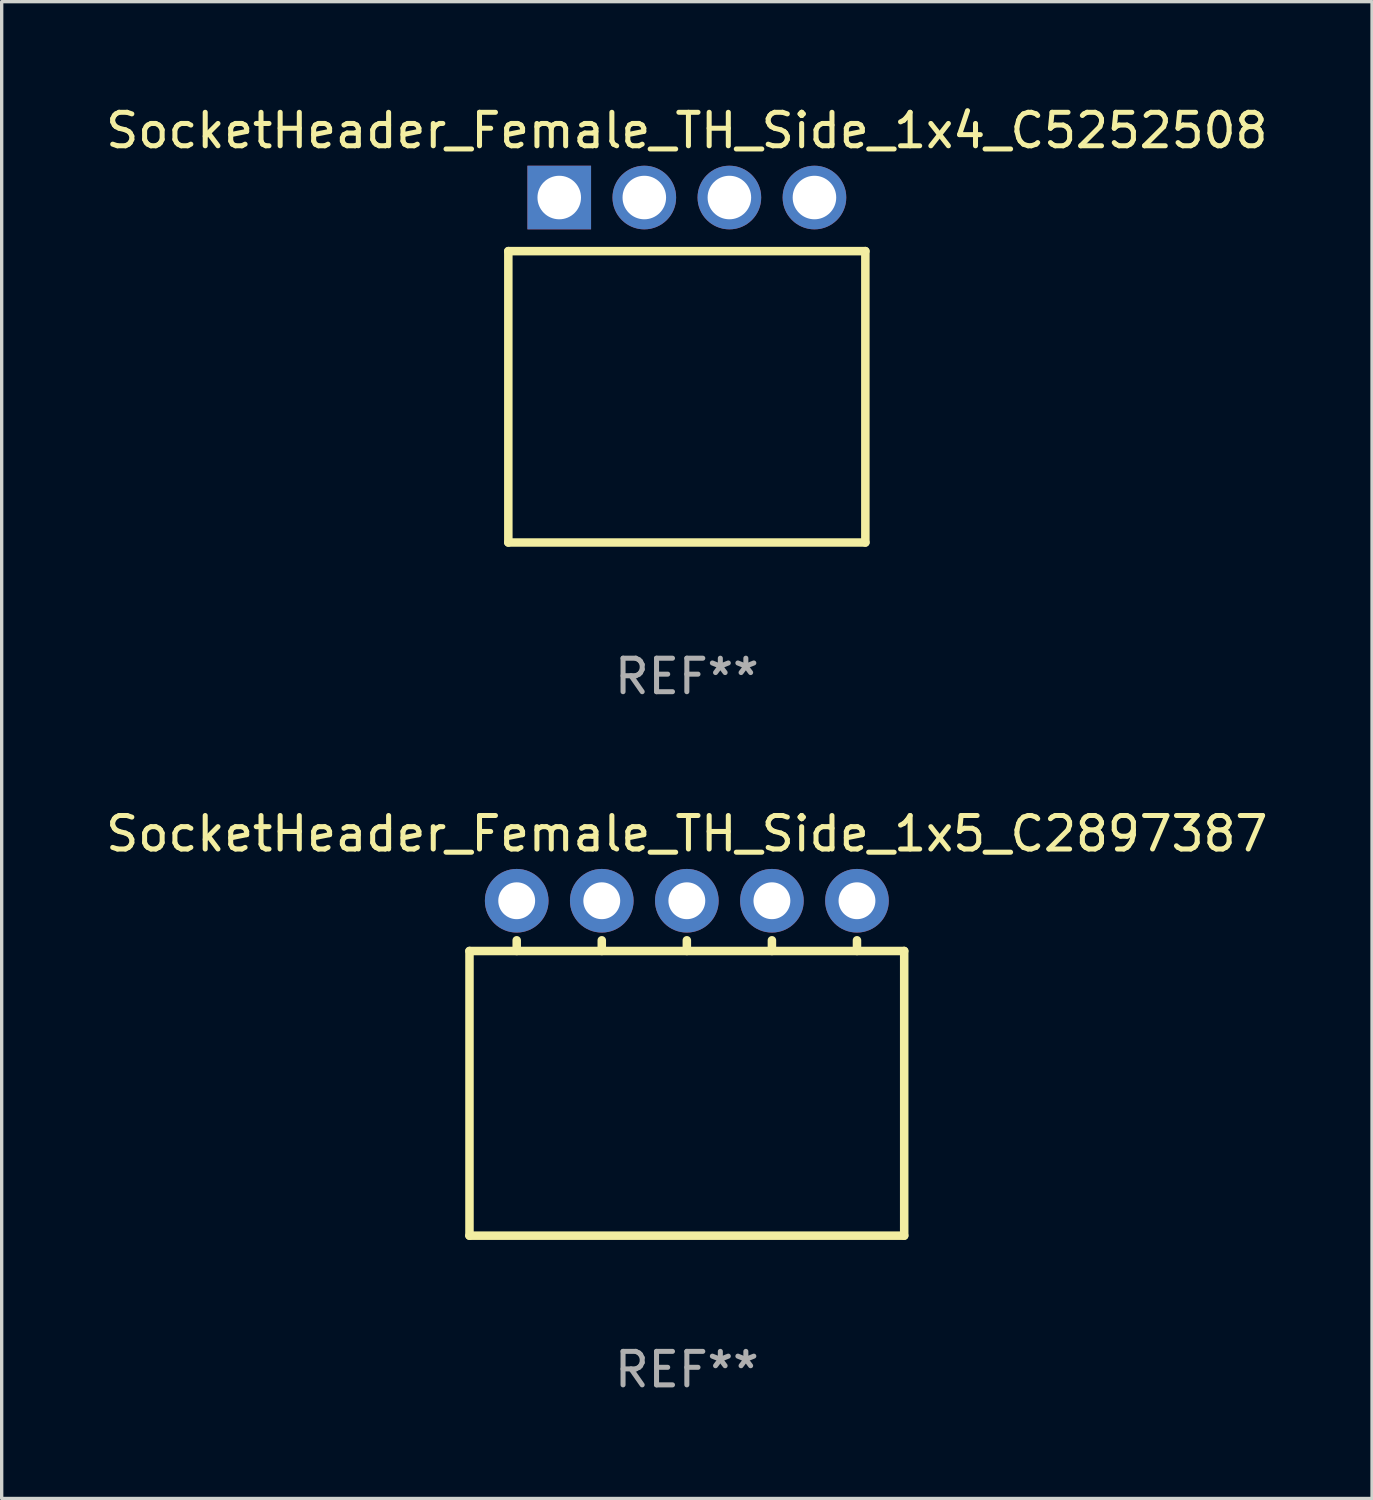
<source format=kicad_pcb>
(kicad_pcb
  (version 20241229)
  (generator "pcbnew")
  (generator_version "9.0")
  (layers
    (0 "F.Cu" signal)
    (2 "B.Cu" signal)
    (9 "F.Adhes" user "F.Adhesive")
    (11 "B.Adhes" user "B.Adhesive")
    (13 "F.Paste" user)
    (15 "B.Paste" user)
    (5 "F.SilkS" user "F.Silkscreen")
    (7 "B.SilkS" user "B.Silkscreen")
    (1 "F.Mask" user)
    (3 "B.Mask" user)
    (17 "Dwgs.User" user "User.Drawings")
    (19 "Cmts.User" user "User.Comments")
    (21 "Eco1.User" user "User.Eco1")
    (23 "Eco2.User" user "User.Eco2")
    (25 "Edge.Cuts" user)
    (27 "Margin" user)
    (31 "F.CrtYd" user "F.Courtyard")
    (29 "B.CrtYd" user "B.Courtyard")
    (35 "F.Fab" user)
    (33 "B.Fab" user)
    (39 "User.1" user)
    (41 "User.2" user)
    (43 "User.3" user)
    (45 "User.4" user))
  (footprint "SocketHeader_Female_TH_Side_1x4_C5252508"
    (layer "F.Cu")
    (at 17.458 2.848)
    (property "Reference" "SocketHeader_Female_TH_Side_1x4_C5252508" (at 0.000013 -2 0) (layer "F.SilkS") (effects (font (size 1 1) (thickness 0.15))))
    (attr through_hole)
    (fp_line (start -5.33 1.6) (end 5.33 1.6) (stroke (width 0.254) (type solid)) (layer "F.SilkS"))
    (fp_line (start -5.33 10.3) (end -5.33 1.6) (stroke (width 0.254) (type solid)) (layer "F.SilkS"))
    (fp_line (start 5.33 1.6) (end 5.33 10.3) (stroke (width 0.254) (type solid)) (layer "F.SilkS"))
    (fp_line (start 5.33 10.3) (end -5.33 10.3) (stroke (width 0.254) (type solid)) (layer "F.SilkS"))
    (fp_circle (center -5.33 10.25) (end -5.3 10.25) (stroke (width 0.06) (type solid)) (fill no) (layer "F.SilkS"))
    (fp_text user "REF**" (at 0.000013 14.3 0) (layer "F.Fab") (effects (font (size 1 1) (thickness 0.15))))
    (pad "1" thru_hole rect (at -3.81 0) (size 1.9 1.9) (drill 1.3) (layers "*.Cu" "*.Mask"))
    (pad "2" thru_hole circle (at -1.27 0) (size 1.9 1.9) (drill 1.3) (layers "*.Cu" "*.Mask"))
    (pad "3" thru_hole circle (at 1.27 0) (size 1.9 1.9) (drill 1.3) (layers "*.Cu" "*.Mask"))
    (pad "4" thru_hole circle (at 3.81 0) (size 1.9 1.9) (drill 1.3) (layers "*.Cu" "*.Mask")))
  (footprint "SocketHeader_Female_TH_Side_1x5_C2897387"
    (layer "F.Cu")
    (at 17.458 23.845)
    (property "Reference" "SocketHeader_Female_TH_Side_1x5_C2897387" (at -0.000025 -2 0) (layer "F.SilkS") (effects (font (size 1 1) (thickness 0.15))))
    (attr through_hole)
    (fp_line (start -6.49 1.5) (end -6.49 10) (stroke (width 0.254) (type solid)) (layer "F.SilkS"))
    (fp_line (start -6.49 1.5) (end 6.49 1.5) (stroke (width 0.254) (type solid)) (layer "F.SilkS"))
    (fp_line (start -6.49 10) (end 6.49 10) (stroke (width 0.254) (type solid)) (layer "F.SilkS"))
    (fp_line (start -5.08 1.5) (end -5.08 1.181) (stroke (width 0.254) (type solid)) (layer "F.SilkS"))
    (fp_line (start -2.54 1.181) (end -2.54 1.5) (stroke (width 0.254) (type solid)) (layer "F.SilkS"))
    (fp_line (start 0 1.181) (end 0 1.5) (stroke (width 0.254) (type solid)) (layer "F.SilkS"))
    (fp_line (start 2.54 1.181) (end 2.54 1.5) (stroke (width 0.254) (type solid)) (layer "F.SilkS"))
    (fp_line (start 5.08 1.181) (end 5.08 1.5) (stroke (width 0.254) (type solid)) (layer "F.SilkS"))
    (fp_line (start 6.49 10) (end 6.49 1.5) (stroke (width 0.254) (type solid)) (layer "F.SilkS"))
    (fp_circle (center -6.55 10) (end -6.52 10) (stroke (width 0.06) (type solid)) (fill no) (layer "F.SilkS"))
    (fp_text user "REF**" (at -0.000025 14 0) (layer "F.Fab") (effects (font (size 1 1) (thickness 0.15))))
    (pad "1" thru_hole circle (at -5.08 0) (size 1.9 1.9) (drill 1.1) (layers "*.Cu" "*.Mask"))
    (pad "2" thru_hole circle (at -2.54 0) (size 1.9 1.9) (drill 1.1) (layers "*.Cu" "*.Mask"))
    (pad "3" thru_hole circle (at 0 0) (size 1.9 1.9) (drill 1.1) (layers "*.Cu" "*.Mask"))
    (pad "4" thru_hole circle (at 2.54 0) (size 1.9 1.9) (drill 1.1) (layers "*.Cu" "*.Mask"))
    (pad "5" thru_hole circle (at 5.08 0) (size 1.9 1.9) (drill 1.1) (layers "*.Cu" "*.Mask")))
  (gr_rect
    (start -3 -3)
    (end 37.917 41.693)
    (stroke (width 0.1) (type default))
    (fill no)
    (layer "Edge.Cuts")))
</source>
